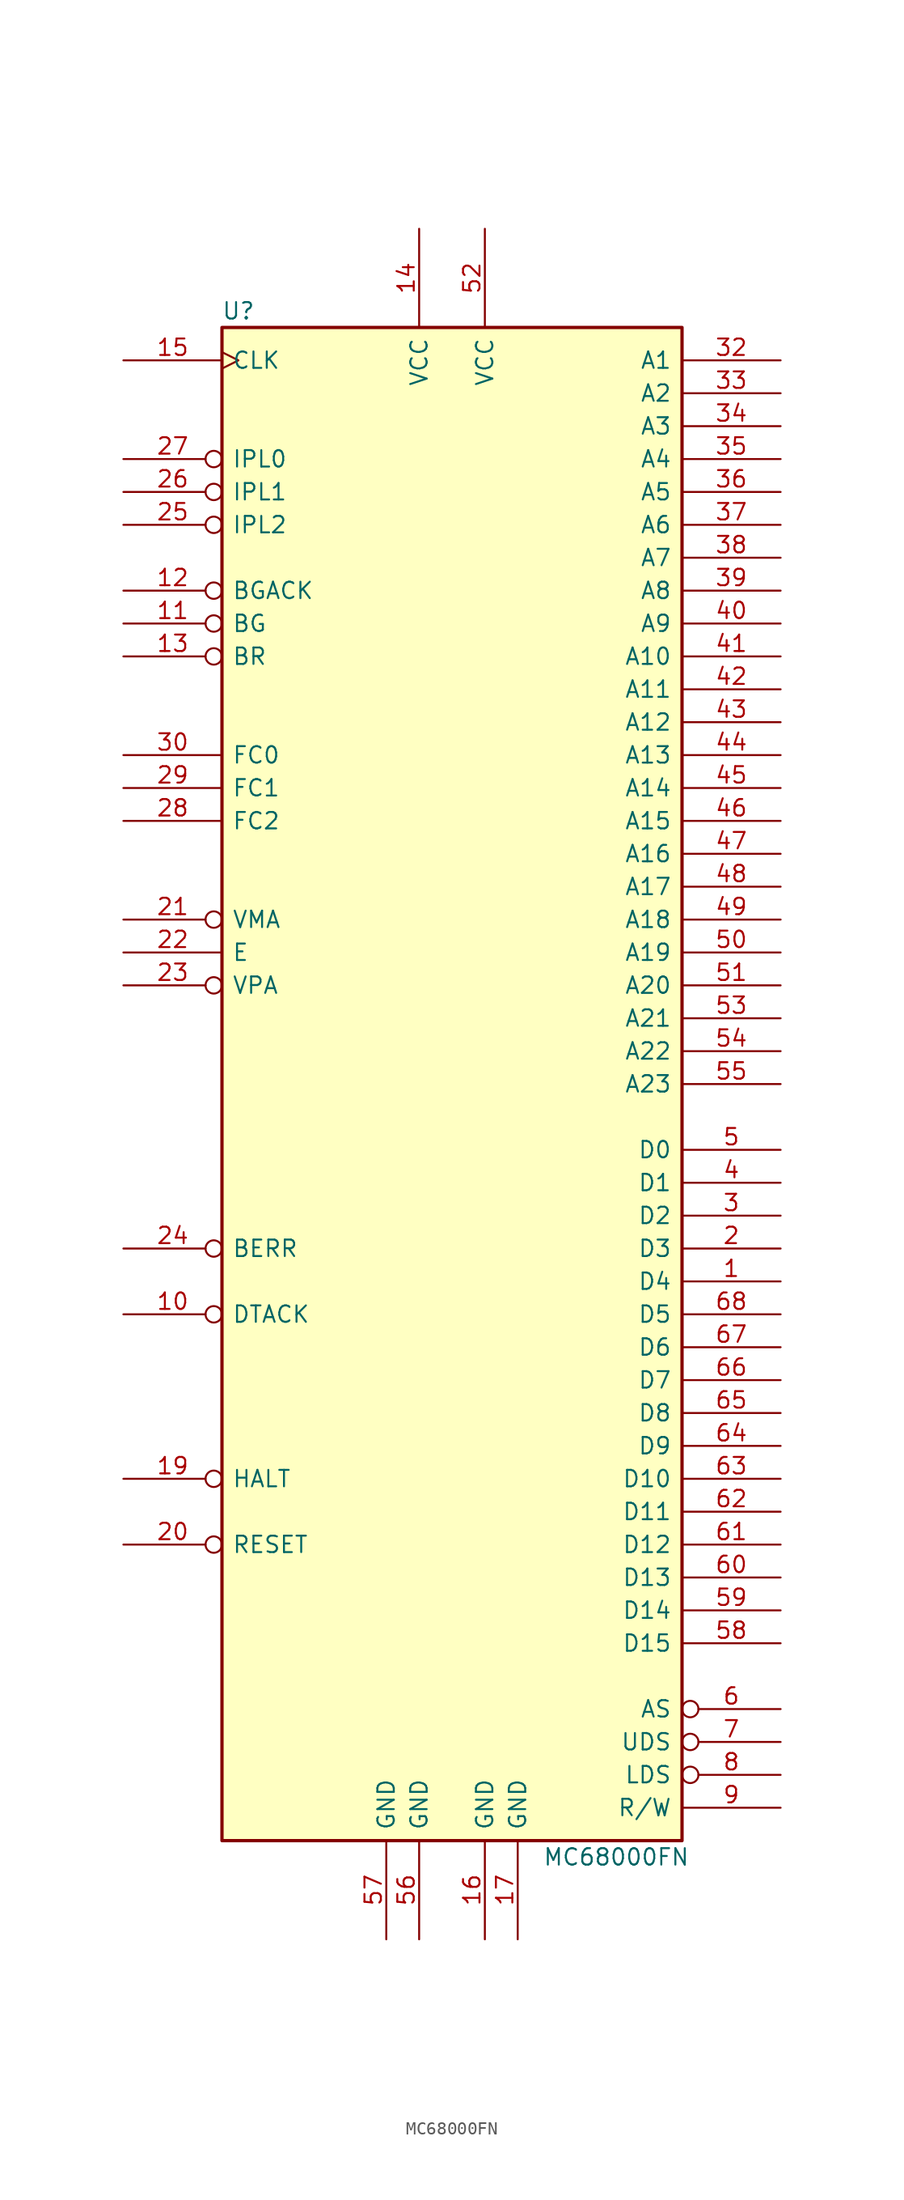
<source format=kicad_sym>
(kicad_symbol_lib
  (version 20241209)
  (generator "kicad_symbol_editor")
  (generator_version "9.0")
  (symbol "MC68000FN"
    (pin_names
      (offset 0.762))
    (property "Reference" "U"
      (at -16.51 59.69 0)
      (effects (font (size 1.27 1.27))))
    (property "Value" "MC68000FN"
      (at 12.7 -59.69 0)
      (effects (font (size 1.27 1.27))))
    (symbol "MC68000FN_0_1"
      (rectangle (start -17.78 58.42) (end 17.78 -58.42) (stroke (width 0.254) (type default)) (fill (type background))))
    (symbol "MC68000FN_1_1"
      (pin input clock (at -25.4 55.88 0) (length 7.62) (name "CLK" (effects (font (size 1.27 1.27)))) (number "15" (effects (font (size 1.27 1.27)))))
      (pin input inverted (at -25.4 48.26 0) (length 7.62) (name "IPL0" (effects (font (size 1.27 1.27)))) (number "27" (effects (font (size 1.27 1.27)))))
      (pin input inverted (at -25.4 45.72 0) (length 7.62) (name "IPL1" (effects (font (size 1.27 1.27)))) (number "26" (effects (font (size 1.27 1.27)))))
      (pin input inverted (at -25.4 43.18 0) (length 7.62) (name "IPL2" (effects (font (size 1.27 1.27)))) (number "25" (effects (font (size 1.27 1.27)))))
      (pin input inverted (at -25.4 38.1 0) (length 7.62) (name "BGACK" (effects (font (size 1.27 1.27)))) (number "12" (effects (font (size 1.27 1.27)))))
      (pin output inverted (at -25.4 35.56 0) (length 7.62) (name "BG" (effects (font (size 1.27 1.27)))) (number "11" (effects (font (size 1.27 1.27)))))
      (pin input inverted (at -25.4 33.02 0) (length 7.62) (name "BR" (effects (font (size 1.27 1.27)))) (number "13" (effects (font (size 1.27 1.27)))))
      (pin output line (at -25.4 25.4 0) (length 7.62) (name "FC0" (effects (font (size 1.27 1.27)))) (number "30" (effects (font (size 1.27 1.27)))))
      (pin output line (at -25.4 22.86 0) (length 7.62) (name "FC1" (effects (font (size 1.27 1.27)))) (number "29" (effects (font (size 1.27 1.27)))))
      (pin output line (at -25.4 20.32 0) (length 7.62) (name "FC2" (effects (font (size 1.27 1.27)))) (number "28" (effects (font (size 1.27 1.27)))))
      (pin output inverted (at -25.4 12.7 0) (length 7.62) (name "VMA" (effects (font (size 1.27 1.27)))) (number "21" (effects (font (size 1.27 1.27)))))
      (pin output line (at -25.4 10.16 0) (length 7.62) (name "E" (effects (font (size 1.27 1.27)))) (number "22" (effects (font (size 1.27 1.27)))))
      (pin input inverted (at -25.4 7.62 0) (length 7.62) (name "VPA" (effects (font (size 1.27 1.27)))) (number "23" (effects (font (size 1.27 1.27)))))
      (pin input inverted (at -25.4 -12.7 0) (length 7.62) (name "BERR" (effects (font (size 1.27 1.27)))) (number "24" (effects (font (size 1.27 1.27)))))
      (pin input inverted (at -25.4 -17.78 0) (length 7.62) (name "DTACK" (effects (font (size 1.27 1.27)))) (number "10" (effects (font (size 1.27 1.27)))))
      (pin bidirectional inverted (at -25.4 -30.48 0) (length 7.62) (name "HALT" (effects (font (size 1.27 1.27)))) (number "19" (effects (font (size 1.27 1.27)))))
      (pin input inverted (at -25.4 -35.56 0) (length 7.62) (name "RESET" (effects (font (size 1.27 1.27)))) (number "20" (effects (font (size 1.27 1.27)))))
      (pin no_connect line (at -17.78 -45.72 0) (length 0) (hide yes) (name "NC" (effects (font (size 1.27 1.27)))) (number "18" (effects (font (size 1.27 1.27)))))
      (pin no_connect line (at -17.78 -48.26 0) (length 0) (hide yes) (name "NC" (effects (font (size 1.27 1.27)))) (number "31" (effects (font (size 1.27 1.27)))))
      (pin power_in line (at -5.08 -66.04 90) (length 7.62) (name "GND" (effects (font (size 1.27 1.27)))) (number "57" (effects (font (size 1.27 1.27)))))
      (pin power_in line (at -2.54 66.04 270) (length 7.62) (name "VCC" (effects (font (size 1.27 1.27)))) (number "14" (effects (font (size 1.27 1.27)))))
      (pin power_in line (at -2.54 -66.04 90) (length 7.62) (name "GND" (effects (font (size 1.27 1.27)))) (number "56" (effects (font (size 1.27 1.27)))))
      (pin power_in line (at 2.54 66.04 270) (length 7.62) (name "VCC" (effects (font (size 1.27 1.27)))) (number "52" (effects (font (size 1.27 1.27)))))
      (pin power_in line (at 2.54 -66.04 90) (length 7.62) (name "GND" (effects (font (size 1.27 1.27)))) (number "16" (effects (font (size 1.27 1.27)))))
      (pin power_in line (at 5.08 -66.04 90) (length 7.62) (name "GND" (effects (font (size 1.27 1.27)))) (number "17" (effects (font (size 1.27 1.27)))))
      (pin output line (at 25.4 55.88 180) (length 7.62) (name "A1" (effects (font (size 1.27 1.27)))) (number "32" (effects (font (size 1.27 1.27)))))
      (pin output line (at 25.4 53.34 180) (length 7.62) (name "A2" (effects (font (size 1.27 1.27)))) (number "33" (effects (font (size 1.27 1.27)))))
      (pin output line (at 25.4 50.8 180) (length 7.62) (name "A3" (effects (font (size 1.27 1.27)))) (number "34" (effects (font (size 1.27 1.27)))))
      (pin output line (at 25.4 48.26 180) (length 7.62) (name "A4" (effects (font (size 1.27 1.27)))) (number "35" (effects (font (size 1.27 1.27)))))
      (pin output line (at 25.4 45.72 180) (length 7.62) (name "A5" (effects (font (size 1.27 1.27)))) (number "36" (effects (font (size 1.27 1.27)))))
      (pin output line (at 25.4 43.18 180) (length 7.62) (name "A6" (effects (font (size 1.27 1.27)))) (number "37" (effects (font (size 1.27 1.27)))))
      (pin output line (at 25.4 40.64 180) (length 7.62) (name "A7" (effects (font (size 1.27 1.27)))) (number "38" (effects (font (size 1.27 1.27)))))
      (pin output line (at 25.4 38.1 180) (length 7.62) (name "A8" (effects (font (size 1.27 1.27)))) (number "39" (effects (font (size 1.27 1.27)))))
      (pin output line (at 25.4 35.56 180) (length 7.62) (name "A9" (effects (font (size 1.27 1.27)))) (number "40" (effects (font (size 1.27 1.27)))))
      (pin output line (at 25.4 33.02 180) (length 7.62) (name "A10" (effects (font (size 1.27 1.27)))) (number "41" (effects (font (size 1.27 1.27)))))
      (pin output line (at 25.4 30.48 180) (length 7.62) (name "A11" (effects (font (size 1.27 1.27)))) (number "42" (effects (font (size 1.27 1.27)))))
      (pin output line (at 25.4 27.94 180) (length 7.62) (name "A12" (effects (font (size 1.27 1.27)))) (number "43" (effects (font (size 1.27 1.27)))))
      (pin output line (at 25.4 25.4 180) (length 7.62) (name "A13" (effects (font (size 1.27 1.27)))) (number "44" (effects (font (size 1.27 1.27)))))
      (pin output line (at 25.4 22.86 180) (length 7.62) (name "A14" (effects (font (size 1.27 1.27)))) (number "45" (effects (font (size 1.27 1.27)))))
      (pin output line (at 25.4 20.32 180) (length 7.62) (name "A15" (effects (font (size 1.27 1.27)))) (number "46" (effects (font (size 1.27 1.27)))))
      (pin output line (at 25.4 17.78 180) (length 7.62) (name "A16" (effects (font (size 1.27 1.27)))) (number "47" (effects (font (size 1.27 1.27)))))
      (pin output line (at 25.4 15.24 180) (length 7.62) (name "A17" (effects (font (size 1.27 1.27)))) (number "48" (effects (font (size 1.27 1.27)))))
      (pin output line (at 25.4 12.7 180) (length 7.62) (name "A18" (effects (font (size 1.27 1.27)))) (number "49" (effects (font (size 1.27 1.27)))))
      (pin output line (at 25.4 10.16 180) (length 7.62) (name "A19" (effects (font (size 1.27 1.27)))) (number "50" (effects (font (size 1.27 1.27)))))
      (pin output line (at 25.4 7.62 180) (length 7.62) (name "A20" (effects (font (size 1.27 1.27)))) (number "51" (effects (font (size 1.27 1.27)))))
      (pin output line (at 25.4 5.08 180) (length 7.62) (name "A21" (effects (font (size 1.27 1.27)))) (number "53" (effects (font (size 1.27 1.27)))))
      (pin output line (at 25.4 2.54 180) (length 7.62) (name "A22" (effects (font (size 1.27 1.27)))) (number "54" (effects (font (size 1.27 1.27)))))
      (pin output line (at 25.4 0 180) (length 7.62) (name "A23" (effects (font (size 1.27 1.27)))) (number "55" (effects (font (size 1.27 1.27)))))
      (pin bidirectional line (at 25.4 -5.08 180) (length 7.62) (name "D0" (effects (font (size 1.27 1.27)))) (number "5" (effects (font (size 1.27 1.27)))))
      (pin bidirectional line (at 25.4 -7.62 180) (length 7.62) (name "D1" (effects (font (size 1.27 1.27)))) (number "4" (effects (font (size 1.27 1.27)))))
      (pin bidirectional line (at 25.4 -10.16 180) (length 7.62) (name "D2" (effects (font (size 1.27 1.27)))) (number "3" (effects (font (size 1.27 1.27)))))
      (pin bidirectional line (at 25.4 -12.7 180) (length 7.62) (name "D3" (effects (font (size 1.27 1.27)))) (number "2" (effects (font (size 1.27 1.27)))))
      (pin bidirectional line (at 25.4 -15.24 180) (length 7.62) (name "D4" (effects (font (size 1.27 1.27)))) (number "1" (effects (font (size 1.27 1.27)))))
      (pin bidirectional line (at 25.4 -17.78 180) (length 7.62) (name "D5" (effects (font (size 1.27 1.27)))) (number "68" (effects (font (size 1.27 1.27)))))
      (pin bidirectional line (at 25.4 -20.32 180) (length 7.62) (name "D6" (effects (font (size 1.27 1.27)))) (number "67" (effects (font (size 1.27 1.27)))))
      (pin bidirectional line (at 25.4 -22.86 180) (length 7.62) (name "D7" (effects (font (size 1.27 1.27)))) (number "66" (effects (font (size 1.27 1.27)))))
      (pin bidirectional line (at 25.4 -25.4 180) (length 7.62) (name "D8" (effects (font (size 1.27 1.27)))) (number "65" (effects (font (size 1.27 1.27)))))
      (pin bidirectional line (at 25.4 -27.94 180) (length 7.62) (name "D9" (effects (font (size 1.27 1.27)))) (number "64" (effects (font (size 1.27 1.27)))))
      (pin bidirectional line (at 25.4 -30.48 180) (length 7.62) (name "D10" (effects (font (size 1.27 1.27)))) (number "63" (effects (font (size 1.27 1.27)))))
      (pin bidirectional line (at 25.4 -33.02 180) (length 7.62) (name "D11" (effects (font (size 1.27 1.27)))) (number "62" (effects (font (size 1.27 1.27)))))
      (pin bidirectional line (at 25.4 -35.56 180) (length 7.62) (name "D12" (effects (font (size 1.27 1.27)))) (number "61" (effects (font (size 1.27 1.27)))))
      (pin bidirectional line (at 25.4 -38.1 180) (length 7.62) (name "D13" (effects (font (size 1.27 1.27)))) (number "60" (effects (font (size 1.27 1.27)))))
      (pin bidirectional line (at 25.4 -40.64 180) (length 7.62) (name "D14" (effects (font (size 1.27 1.27)))) (number "59" (effects (font (size 1.27 1.27)))))
      (pin bidirectional line (at 25.4 -43.18 180) (length 7.62) (name "D15" (effects (font (size 1.27 1.27)))) (number "58" (effects (font (size 1.27 1.27)))))
      (pin output inverted (at 25.4 -48.26 180) (length 7.62) (name "AS" (effects (font (size 1.27 1.27)))) (number "6" (effects (font (size 1.27 1.27)))))
      (pin output inverted (at 25.4 -50.8 180) (length 7.62) (name "UDS" (effects (font (size 1.27 1.27)))) (number "7" (effects (font (size 1.27 1.27)))))
      (pin output inverted (at 25.4 -53.34 180) (length 7.62) (name "LDS" (effects (font (size 1.27 1.27)))) (number "8" (effects (font (size 1.27 1.27)))))
      (pin output line (at 25.4 -55.88 180) (length 7.62) (name "R/W" (effects (font (size 1.27 1.27)))) (number "9" (effects (font (size 1.27 1.27))))))))
</source>
